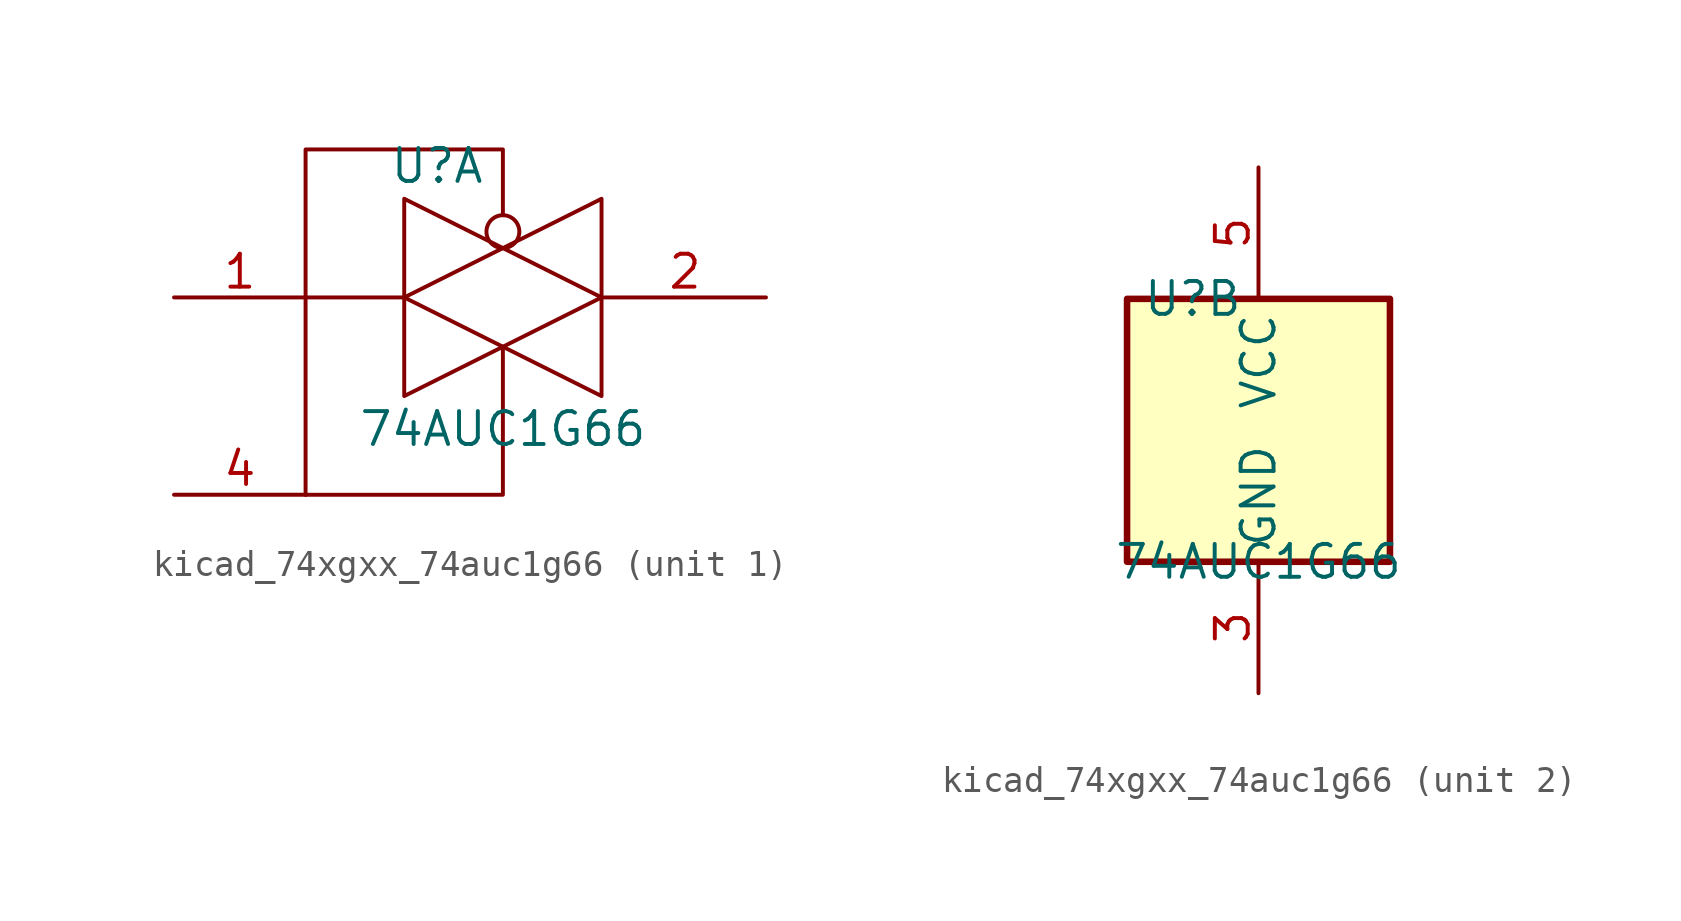
<source format=kicad_sym>
(kicad_symbol_lib
  (version 20220914)
  (generator kicad_symbol_editor)
  (symbol "kicad_74xgxx_74auc1g66"
    (property "Reference" "U"
      (at -2.54 5.08 0)
      (effects (font (size 1.27 1.27))))
    (property "Value" "74AUC1G66"
      (at 0 -5.08 0)
      (effects (font (size 1.27 1.27))))
    (property "ki_locked" ""
      (at 0 0 0)
      (effects (font (size 1.27 1.27))))
    (symbol "kicad_74xgxx_74auc1g66_1_1"
      (polyline (pts (xy -7.62 0) (xy -3.81 0)) (stroke (width 0.152) (type default)) (fill (type none)))
      (polyline (pts (xy -7.62 -7.62) (xy 0 -7.62) (xy 0 -1.905)) (stroke (width 0.152) (type default)) (fill (type none)))
      (polyline (pts (xy -7.62 -7.62) (xy -7.62 5.715) (xy 0 5.715) (xy 0 3.175)) (stroke (width 0.152) (type default)) (fill (type none)))
      (polyline (pts (xy -3.81 0) (xy 3.81 3.81) (xy 3.81 -3.81) (xy -3.81 0)) (stroke (width 0.152) (type default)) (fill (type none)))
      (polyline (pts (xy -3.81 3.81) (xy -3.81 -3.81) (xy 3.81 0) (xy -3.81 3.81)) (stroke (width 0.152) (type default)) (fill (type none)))
      (circle (center 0 2.54) (radius 0.635) (stroke (width 0.152) (type default)) (fill (type none)))
      (pin bidirectional line (at -12.7 0 0) (length 5.08) (name "~" (effects (font (size 1.27 1.27)))) (number "1" (effects (font (size 1.27 1.27)))))
      (pin bidirectional line (at 10.16 0 180) (length 6.25) (name "~" (effects (font (size 1.27 1.27)))) (number "2" (effects (font (size 1.27 1.27)))))
      (pin input line (at -12.7 -7.62 0) (length 5.08) (name "~" (effects (font (size 1.27 1.27)))) (number "4" (effects (font (size 1.27 1.27))))))
    (symbol "kicad_74xgxx_74auc1g66_2_1"
      (rectangle (start -5.08 5.08) (end 5.08 -5.08) (stroke (width 0.254) (type default)) (fill (type background)))
      (pin power_in line (at 0 -10.16 90) (length 5.08) (name "GND" (effects (font (size 1.27 1.27)))) (number "3" (effects (font (size 1.27 1.27)))))
      (pin power_in line (at 0 10.16 270) (length 5.08) (name "VCC" (effects (font (size 1.27 1.27)))) (number "5" (effects (font (size 1.27 1.27))))))))
</source>
